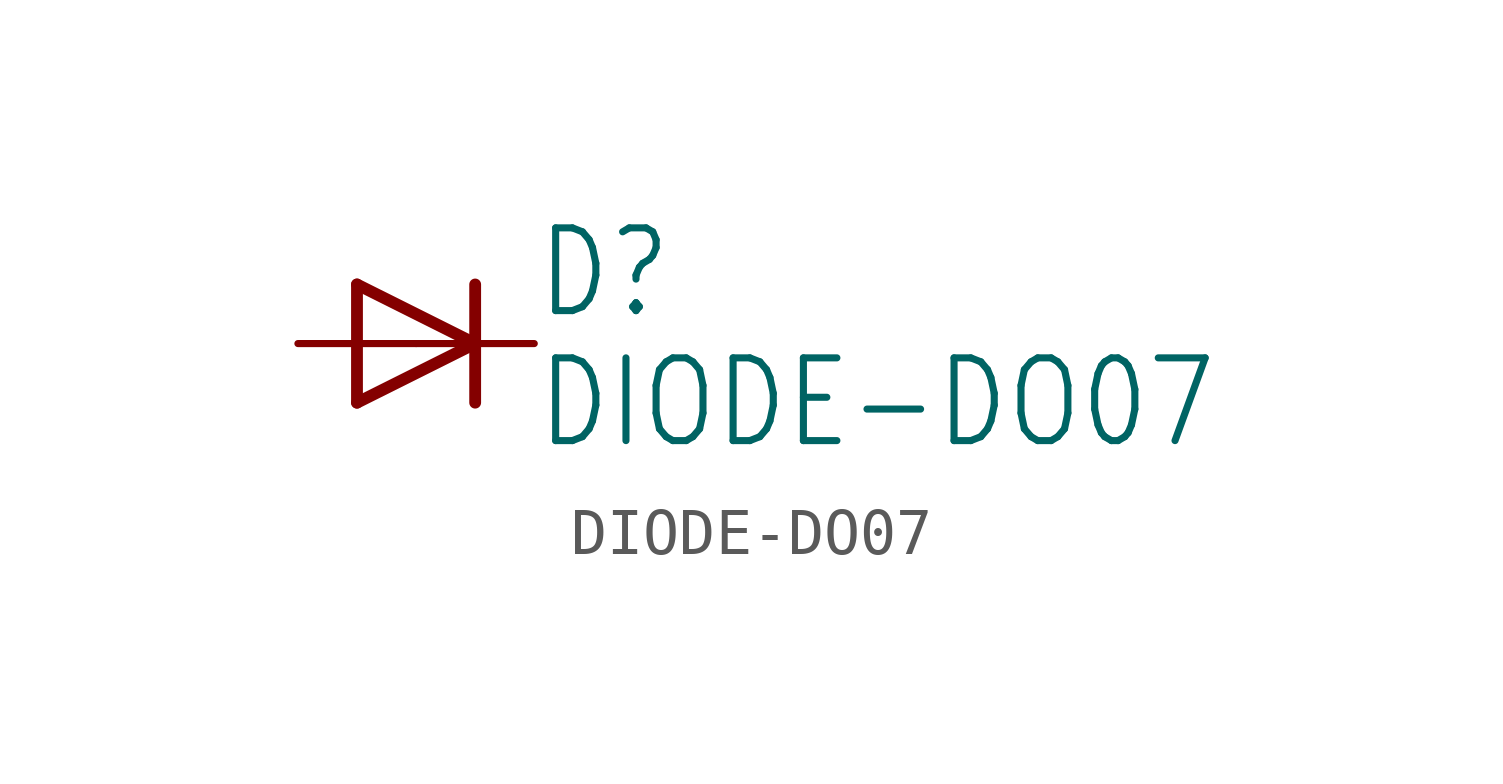
<source format=kicad_sym>
(kicad_symbol_lib
  (version 20211014)
  (generator kicad_symbol_editor)
  (symbol "DIODE-DO07"
    (property "Reference" "D"
      (at 2.54 0.483 0)
      (effects (font (size 1.778 1.511)) (justify left bottom)))
    (property "Value" "DIODE-DO07"
      (at 2.54 -2.311 0)
      (effects (font (size 1.778 1.511)) (justify left bottom)))
    (property "ki_locked" ""
      (at 0 0 0)
      (effects (font (size 1.27 1.27))))
    (symbol "DIODE-DO07_1_0"
      (polyline (pts (xy -1.27 -1.27) (xy 1.27 0)) (stroke (width 0.254) (type default) (color 0 0 0 0)) (fill (type none)))
      (polyline (pts (xy -1.27 1.27) (xy -1.27 -1.27)) (stroke (width 0.254) (type default) (color 0 0 0 0)) (fill (type none)))
      (polyline (pts (xy 1.27 0) (xy -1.27 1.27)) (stroke (width 0.254) (type default) (color 0 0 0 0)) (fill (type none)))
      (polyline (pts (xy 1.27 0) (xy 1.27 -1.27)) (stroke (width 0.254) (type default) (color 0 0 0 0)) (fill (type none)))
      (polyline (pts (xy 1.27 1.27) (xy 1.27 0)) (stroke (width 0.254) (type default) (color 0 0 0 0)) (fill (type none)))
      (pin passive line (at -2.54 0 0) (length 2.54) (name "A" (effects (font (size 0 0)))) (number "A" (effects (font (size 0 0)))))
      (pin passive line (at 2.54 0 180) (length 2.54) (name "C" (effects (font (size 0 0)))) (number "C" (effects (font (size 0 0))))))))
</source>
